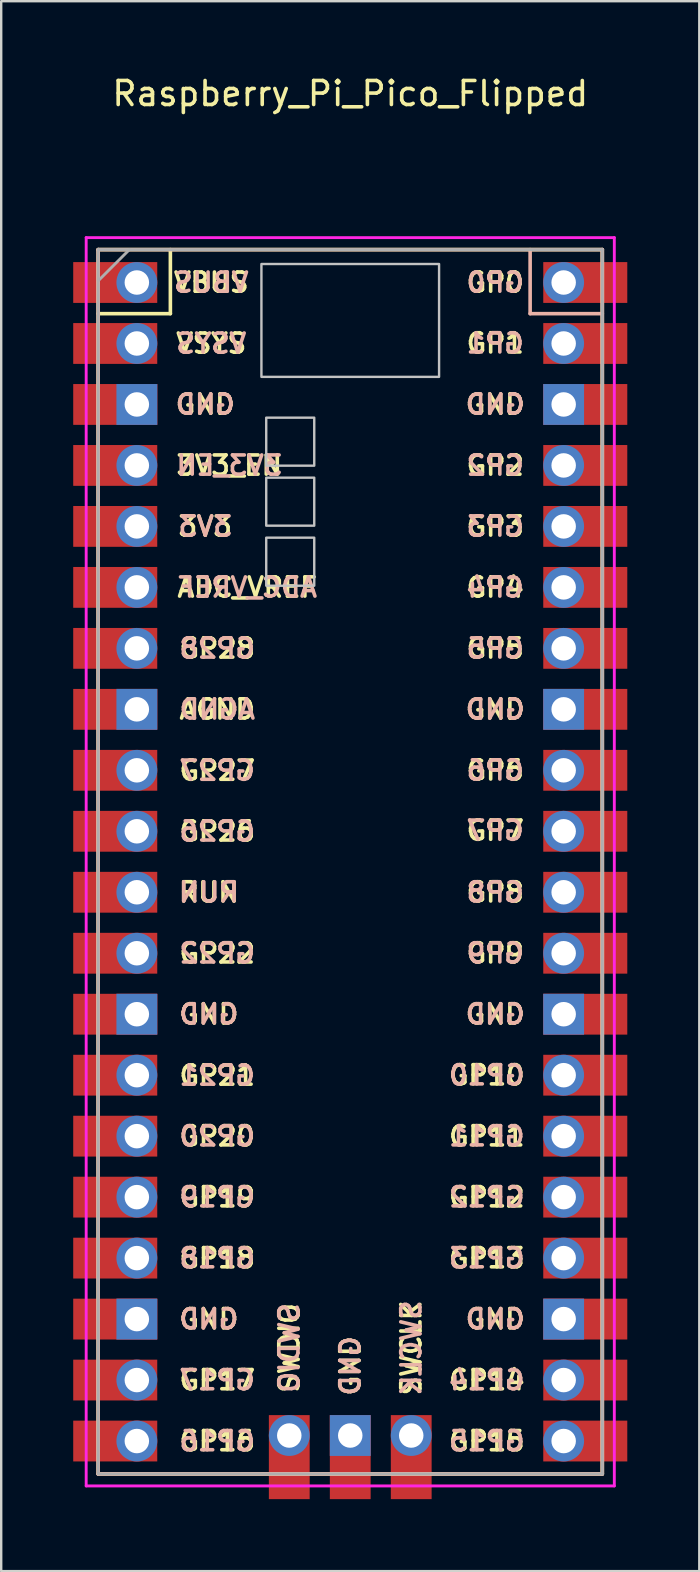
<source format=kicad_pcb>
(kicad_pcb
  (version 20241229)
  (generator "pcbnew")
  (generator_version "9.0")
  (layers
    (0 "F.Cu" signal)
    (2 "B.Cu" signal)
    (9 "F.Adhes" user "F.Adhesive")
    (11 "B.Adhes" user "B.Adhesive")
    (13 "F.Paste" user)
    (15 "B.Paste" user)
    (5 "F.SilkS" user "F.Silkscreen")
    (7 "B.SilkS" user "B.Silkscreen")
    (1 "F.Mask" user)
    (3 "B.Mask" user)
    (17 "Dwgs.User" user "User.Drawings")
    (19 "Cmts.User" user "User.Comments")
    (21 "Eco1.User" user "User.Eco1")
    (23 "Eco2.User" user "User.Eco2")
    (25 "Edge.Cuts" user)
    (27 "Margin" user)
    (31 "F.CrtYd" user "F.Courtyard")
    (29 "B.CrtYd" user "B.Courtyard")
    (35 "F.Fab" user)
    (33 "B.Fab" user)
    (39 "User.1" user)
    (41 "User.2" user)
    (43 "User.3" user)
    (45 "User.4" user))
  (footprint "Raspberry_Pi_Pico_Flipped"
    (layer "F.Cu")
    (at 11.54 32.848)
    (property "Reference" "Raspberry_Pi_Pico_Flipped" (at 0 -32 0) (layer "F.SilkS") (effects (font (size 1 1) (thickness 0.15))))
    (attr through_hole)
    (fp_line (start -10.5 -25.5) (end -10.5 25.5) (stroke (width 0.15) (type solid)) (layer "F.SilkS"))
    (fp_line (start -10.5 -25.5) (end 10.5 -25.5) (stroke (width 0.15) (type solid)) (layer "F.SilkS"))
    (fp_line (start -10.5 -22.833) (end -7.493 -22.833) (stroke (width 0.15) (type solid)) (layer "F.SilkS"))
    (fp_line (start -7.493 -22.833) (end -7.493 -25.5) (stroke (width 0.15) (type solid)) (layer "F.SilkS"))
    (fp_line (start 10.5 -25.5) (end 10.5 25.5) (stroke (width 0.15) (type solid)) (layer "F.SilkS"))
    (fp_line (start 10.5 25.5) (end -10.5 25.5) (stroke (width 0.15) (type solid)) (layer "F.SilkS"))
    (fp_line (start -10.5 -25.5) (end -10.5 25.5) (stroke (width 0.15) (type solid)) (layer "B.SilkS"))
    (fp_line (start -10.5 25.5) (end 10.5 25.5) (stroke (width 0.15) (type solid)) (layer "B.SilkS"))
    (fp_line (start 7.493 -22.833) (end 7.493 -25.5) (stroke (width 0.15) (type solid)) (layer "B.SilkS"))
    (fp_line (start 10.5 -25.5) (end -10.5 -25.5) (stroke (width 0.15) (type solid)) (layer "B.SilkS"))
    (fp_line (start 10.5 -25.5) (end 10.5 25.5) (stroke (width 0.15) (type solid)) (layer "B.SilkS"))
    (fp_line (start 10.5 -22.833) (end 7.493 -22.833) (stroke (width 0.15) (type solid)) (layer "B.SilkS"))
    (fp_poly (pts (xy -1.5 -16.5) (xy -3.5 -16.5) (xy -3.5 -18.5) (xy -1.5 -18.5)) (stroke (width 0.1) (type solid)) (fill no) (layer "Dwgs.User"))
    (fp_poly (pts (xy -1.5 -14) (xy -3.5 -14) (xy -3.5 -16) (xy -1.5 -16)) (stroke (width 0.1) (type solid)) (fill no) (layer "Dwgs.User"))
    (fp_poly (pts (xy -1.5 -11.5) (xy -3.5 -11.5) (xy -3.5 -13.5) (xy -1.5 -13.5)) (stroke (width 0.1) (type solid)) (fill no) (layer "Dwgs.User"))
    (fp_poly (pts (xy 3.7 -20.2) (xy -3.7 -20.2) (xy -3.7 -24.9) (xy 3.7 -24.9)) (stroke (width 0.1) (type solid)) (fill no) (layer "Dwgs.User"))
    (fp_line (start -11 -26) (end 11 -26) (stroke (width 0.12) (type solid)) (layer "F.CrtYd"))
    (fp_line (start -11 26) (end -11 -26) (stroke (width 0.12) (type solid)) (layer "F.CrtYd"))
    (fp_line (start 11 -26) (end 11 26) (stroke (width 0.12) (type solid)) (layer "F.CrtYd"))
    (fp_line (start 11 26) (end -11 26) (stroke (width 0.12) (type solid)) (layer "F.CrtYd"))
    (fp_line (start -10.5 -25.5) (end 10.5 -25.5) (stroke (width 0.12) (type solid)) (layer "F.Fab"))
    (fp_line (start -10.5 -24.2) (end -9.2 -25.5) (stroke (width 0.12) (type solid)) (layer "F.Fab"))
    (fp_line (start -10.5 25.5) (end -10.5 -25.5) (stroke (width 0.12) (type solid)) (layer "F.Fab"))
    (fp_line (start 10.5 -25.5) (end 10.5 25.5) (stroke (width 0.12) (type solid)) (layer "F.Fab"))
    (fp_line (start 10.5 25.5) (end -10.5 25.5) (stroke (width 0.12) (type solid)) (layer "F.Fab"))
    (fp_text user "GP0" (at 6.04 -24.13 0) (layer "F.SilkS") (effects (font (size 0.8 0.8) (thickness 0.15))))
    (fp_text user "GP3" (at 6.04 -13.97 0) (layer "F.SilkS") (effects (font (size 0.8 0.8) (thickness 0.15))))
    (fp_text user "RUN" (at -5.89 1.27 0) (layer "F.SilkS") (effects (font (size 0.8 0.8) (thickness 0.15))))
    (fp_text user "GP19" (at -5.54 13.97 0) (layer "F.SilkS") (effects (font (size 0.8 0.8) (thickness 0.15))))
    (fp_text user "SWDIO" (at -2.54 20.25 90) (layer "F.SilkS") (effects (font (size 0.8 0.8) (thickness 0.15))))
    (fp_text user "GP6" (at 6.04 -3.81 0) (layer "F.SilkS") (effects (font (size 0.8 0.8) (thickness 0.15))))
    (fp_text user "GP15" (at 5.69 24.13 0) (layer "F.SilkS") (effects (font (size 0.8 0.8) (thickness 0.15))))
    (fp_text user "AGND" (at -5.54 -6.35 0) (layer "F.SilkS") (effects (font (size 0.8 0.8) (thickness 0.15))))
    (fp_text user "GP27" (at -5.54 -3.8 0) (layer "F.SilkS") (effects (font (size 0.8 0.8) (thickness 0.15))))
    (fp_text user "GP20" (at -5.54 11.43 0) (layer "F.SilkS") (effects (font (size 0.8 0.8) (thickness 0.15))))
    (fp_text user "3V3" (at -6.04 -13.97 0) (layer "F.SilkS") (effects (font (size 0.8 0.8) (thickness 0.15))))
    (fp_text user "GP21" (at -5.54 8.9 0) (layer "F.SilkS") (effects (font (size 0.8 0.8) (thickness 0.15))))
    (fp_text user "GND" (at -5.89 19.05 0) (layer "F.SilkS") (effects (font (size 0.8 0.8) (thickness 0.15))))
    (fp_text user "GP22" (at -5.54 3.81 0) (layer "F.SilkS") (effects (font (size 0.8 0.8) (thickness 0.15))))
    (fp_text user "ADC_VREF" (at -4.29 -11.43 0) (layer "F.SilkS") (effects (font (size 0.8 0.8) (thickness 0.15))))
    (fp_text user "GND" (at 6.04 19.05 0) (layer "F.SilkS") (effects (font (size 0.8 0.8) (thickness 0.15))))
    (fp_text user "VSYS" (at -5.79 -21.59 0) (layer "F.SilkS") (effects (font (size 0.8 0.8) (thickness 0.15))))
    (fp_text user "GP14" (at 5.69 21.59 0) (layer "F.SilkS") (effects (font (size 0.8 0.8) (thickness 0.15))))
    (fp_text user "GP9" (at 6.04 3.81 0) (layer "F.SilkS") (effects (font (size 0.8 0.8) (thickness 0.15))))
    (fp_text user "SWCLK" (at 2.54 20.25 90) (layer "F.SilkS") (effects (font (size 0.8 0.8) (thickness 0.15))))
    (fp_text user "GP5" (at 6.04 -8.89 0) (layer "F.SilkS") (effects (font (size 0.8 0.8) (thickness 0.15))))
    (fp_text user "GP7" (at 6.04 -1.3 0) (layer "F.SilkS") (effects (font (size 0.8 0.8) (thickness 0.15))))
    (fp_text user "GND" (at -6.04 -19.05 0) (layer "F.SilkS") (effects (font (size 0.8 0.8) (thickness 0.15))))
    (fp_text user "GP26" (at -5.54 -1.27 0) (layer "F.SilkS") (effects (font (size 0.8 0.8) (thickness 0.15))))
    (fp_text user "GND" (at 6.04 6.35 0) (layer "F.SilkS") (effects (font (size 0.8 0.8) (thickness 0.15))))
    (fp_text user "VBUS" (at -5.79 -24.13 0) (layer "F.SilkS") (effects (font (size 0.8 0.8) (thickness 0.15))))
    (fp_text user "GP13" (at 5.69 16.51 0) (layer "F.SilkS") (effects (font (size 0.8 0.8) (thickness 0.15))))
    (fp_text user "3V3_EN" (at -5.04 -16.51 0) (layer "F.SilkS") (effects (font (size 0.8 0.8) (thickness 0.15))))
    (fp_text user "GP17" (at -5.54 21.59 0) (layer "F.SilkS") (effects (font (size 0.8 0.8) (thickness 0.15))))
    (fp_text user "GND" (at 6.04 -6.35 0) (layer "F.SilkS") (effects (font (size 0.8 0.8) (thickness 0.15))))
    (fp_text user "GP11" (at 5.69 11.43 0) (layer "F.SilkS") (effects (font (size 0.8 0.8) (thickness 0.15))))
    (fp_text user "GP8" (at 6.04 1.27 0) (layer "F.SilkS") (effects (font (size 0.8 0.8) (thickness 0.15))))
    (fp_text user "GP1" (at 6.04 -21.6 0) (layer "F.SilkS") (effects (font (size 0.8 0.8) (thickness 0.15))))
    (fp_text user "GND" (at -5.89 6.35 0) (layer "F.SilkS") (effects (font (size 0.8 0.8) (thickness 0.15))))
    (fp_text user "GP18" (at -5.54 16.51 0) (layer "F.SilkS") (effects (font (size 0.8 0.8) (thickness 0.15))))
    (fp_text user "GP28" (at -5.54 -8.89 0) (layer "F.SilkS") (effects (font (size 0.8 0.8) (thickness 0.15))))
    (fp_text user "GP2" (at 6.04 -16.51 0) (layer "F.SilkS") (effects (font (size 0.8 0.8) (thickness 0.15))))
    (fp_text user "GP12" (at 5.69 13.97 0) (layer "F.SilkS") (effects (font (size 0.8 0.8) (thickness 0.15))))
    (fp_text user "GP10" (at 5.69 8.89 0) (layer "F.SilkS") (effects (font (size 0.8 0.8) (thickness 0.15))))
    (fp_text user "GP16" (at -5.54 24.13 0) (layer "F.SilkS") (effects (font (size 0.8 0.8) (thickness 0.15))))
    (fp_text user "GND" (at 0 21 90) (layer "F.SilkS") (effects (font (size 0.8 0.8) (thickness 0.15))))
    (fp_text user "GND" (at 6.04 -19.05 0) (layer "F.SilkS") (effects (font (size 0.8 0.8) (thickness 0.15))))
    (fp_text user "GP4" (at 6.04 -11.43 0) (layer "F.SilkS") (effects (font (size 0.8 0.8) (thickness 0.15))))
    (fp_text user "GP11" (at 5.69 11.43 0) (layer "B.SilkS") (effects (font (size 0.8 0.8) (thickness 0.15)) (justify mirror)))
    (fp_text user "GND" (at 6.04 -19.05 0) (layer "B.SilkS") (effects (font (size 0.8 0.8) (thickness 0.15)) (justify mirror)))
    (fp_text user "GP22" (at -5.54 3.81 0) (layer "B.SilkS") (effects (font (size 0.8 0.8) (thickness 0.15)) (justify mirror)))
    (fp_text user "GP28" (at -5.54 -8.89 0) (layer "B.SilkS") (effects (font (size 0.8 0.8) (thickness 0.15)) (justify mirror)))
    (fp_text user "GP14" (at 5.69 21.59 0) (layer "B.SilkS") (effects (font (size 0.8 0.8) (thickness 0.15)) (justify mirror)))
    (fp_text user "VBUS" (at -5.79 -24.13 0) (layer "B.SilkS") (effects (font (size 0.8 0.8) (thickness 0.15)) (justify mirror)))
    (fp_text user "GP18" (at -5.54 16.51 0) (layer "B.SilkS") (effects (font (size 0.8 0.8) (thickness 0.15)) (justify mirror)))
    (fp_text user "SWDIO" (at -2.54 20.25 270) (layer "B.SilkS") (effects (font (size 0.8 0.8) (thickness 0.15)) (justify mirror)))
    (fp_text user "GP13" (at 5.69 16.51 0) (layer "B.SilkS") (effects (font (size 0.8 0.8) (thickness 0.15)) (justify mirror)))
    (fp_text user "GP6" (at 6.04 -3.81 0) (layer "B.SilkS") (effects (font (size 0.8 0.8) (thickness 0.15)) (justify mirror)))
    (fp_text user "3V3_EN" (at -5.04 -16.51 0) (layer "B.SilkS") (effects (font (size 0.8 0.8) (thickness 0.15)) (justify mirror)))
    (fp_text user "GP26" (at -5.54 -1.27 0) (layer "B.SilkS") (effects (font (size 0.8 0.8) (thickness 0.15)) (justify mirror)))
    (fp_text user "GND" (at 6.04 6.35 0) (layer "B.SilkS") (effects (font (size 0.8 0.8) (thickness 0.15)) (justify mirror)))
    (fp_text user "GP4" (at 6.04 -11.43 0) (layer "B.SilkS") (effects (font (size 0.8 0.8) (thickness 0.15)) (justify mirror)))
    (fp_text user "GP3" (at 6.04 -13.97 0) (layer "B.SilkS") (effects (font (size 0.8 0.8) (thickness 0.15)) (justify mirror)))
    (fp_text user "GP17" (at -5.54 21.59 0) (layer "B.SilkS") (effects (font (size 0.8 0.8) (thickness 0.15)) (justify mirror)))
    (fp_text user "GP2" (at 6.04 -16.51 0) (layer "B.SilkS") (effects (font (size 0.8 0.8) (thickness 0.15)) (justify mirror)))
    (fp_text user "GND" (at -5.89 6.35 0) (layer "B.SilkS") (effects (font (size 0.8 0.8) (thickness 0.15)) (justify mirror)))
    (fp_text user "GND" (at -5.89 19.05 0) (layer "B.SilkS") (effects (font (size 0.8 0.8) (thickness 0.15)) (justify mirror)))
    (fp_text user "SWCLK" (at 2.54 20.25 270) (layer "B.SilkS") (effects (font (size 0.8 0.8) (thickness 0.15)) (justify mirror)))
    (fp_text user "GP20" (at -5.54 11.43 0) (layer "B.SilkS") (effects (font (size 0.8 0.8) (thickness 0.15)) (justify mirror)))
    (fp_text user "GP0" (at 6.04 -24.13 0) (layer "B.SilkS") (effects (font (size 0.8 0.8) (thickness 0.15)) (justify mirror)))
    (fp_text user "GP19" (at -5.54 13.97 0) (layer "B.SilkS") (effects (font (size 0.8 0.8) (thickness 0.15)) (justify mirror)))
    (fp_text user "VSYS" (at -5.79 -21.59 0) (layer "B.SilkS") (effects (font (size 0.8 0.8) (thickness 0.15)) (justify mirror)))
    (fp_text user "GP8" (at 6.04 1.27 0) (layer "B.SilkS") (effects (font (size 0.8 0.8) (thickness 0.15)) (justify mirror)))
    (fp_text user "GP27" (at -5.54 -3.8 0) (layer "B.SilkS") (effects (font (size 0.8 0.8) (thickness 0.15)) (justify mirror)))
    (fp_text user "GP9" (at 6.04 3.81 0) (layer "B.SilkS") (effects (font (size 0.8 0.8) (thickness 0.15)) (justify mirror)))
    (fp_text user "GP1" (at 6.04 -21.6 0) (layer "B.SilkS") (effects (font (size 0.8 0.8) (thickness 0.15)) (justify mirror)))
    (fp_text user "GP5" (at 6.04 -8.89 0) (layer "B.SilkS") (effects (font (size 0.8 0.8) (thickness 0.15)) (justify mirror)))
    (fp_text user "GP16" (at -5.54 24.13 0) (layer "B.SilkS") (effects (font (size 0.8 0.8) (thickness 0.15)) (justify mirror)))
    (fp_text user "3V3" (at -6.04 -13.97 0) (layer "B.SilkS") (effects (font (size 0.8 0.8) (thickness 0.15)) (justify mirror)))
    (fp_text user "RUN" (at -5.89 1.27 0) (layer "B.SilkS") (effects (font (size 0.8 0.8) (thickness 0.15)) (justify mirror)))
    (fp_text user "GP15" (at 5.69 24.13 0) (layer "B.SilkS") (effects (font (size 0.8 0.8) (thickness 0.15)) (justify mirror)))
    (fp_text user "GP21" (at -5.54 8.9 0) (layer "B.SilkS") (effects (font (size 0.8 0.8) (thickness 0.15)) (justify mirror)))
    (fp_text user "GP10" (at 5.69 8.89 0) (layer "B.SilkS") (effects (font (size 0.8 0.8) (thickness 0.15)) (justify mirror)))
    (fp_text user "GND" (at 0 21 270) (layer "B.SilkS") (effects (font (size 0.8 0.8) (thickness 0.15)) (justify mirror)))
    (fp_text user "GND" (at 6.04 19.05 0) (layer "B.SilkS") (effects (font (size 0.8 0.8) (thickness 0.15)) (justify mirror)))
    (fp_text user "GP7" (at 6.04 -1.3 0) (layer "B.SilkS") (effects (font (size 0.8 0.8) (thickness 0.15)) (justify mirror)))
    (fp_text user "AGND" (at -5.54 -6.35 0) (layer "B.SilkS") (effects (font (size 0.8 0.8) (thickness 0.15)) (justify mirror)))
    (fp_text user "ADC_VREF" (at -4.29 -11.43 0) (layer "B.SilkS") (effects (font (size 0.8 0.8) (thickness 0.15)) (justify mirror)))
    (fp_text user "GP12" (at 5.69 13.97 0) (layer "B.SilkS") (effects (font (size 0.8 0.8) (thickness 0.15)) (justify mirror)))
    (fp_text user "GND" (at -6.04 -19.05 0) (layer "B.SilkS") (effects (font (size 0.8 0.8) (thickness 0.15)) (justify mirror)))
    (fp_text user "GND" (at 6.04 -6.35 0) (layer "B.SilkS") (effects (font (size 0.8 0.8) (thickness 0.15)) (justify mirror)))
    (pad "1" smd rect (at -8.89 -24.13) (size 3.5 1.7) (drill (offset -0.9 0)) (layers "F.Cu" "F.Mask"))
    (pad "1" thru_hole oval (at 8.89 -24.13) (size 1.7 1.7) (drill 1.02) (layers "*.Cu" "*.Mask"))
    (pad "2" smd rect (at -8.89 -21.59) (size 3.5 1.7) (drill (offset -0.9 0)) (layers "F.Cu" "F.Mask"))
    (pad "2" thru_hole oval (at 8.89 -21.59) (size 1.7 1.7) (drill 1.02) (layers "*.Cu" "*.Mask"))
    (pad "3" smd rect (at -8.89 -19.05) (size 3.5 1.7) (drill (offset -0.9 0)) (layers "F.Cu" "F.Mask"))
    (pad "3" thru_hole rect (at 8.89 -19.05) (size 1.7 1.7) (drill 1.02) (layers "*.Cu" "*.Mask"))
    (pad "4" smd rect (at -8.89 -16.51) (size 3.5 1.7) (drill (offset -0.9 0)) (layers "F.Cu" "F.Mask"))
    (pad "4" thru_hole oval (at 8.89 -16.51) (size 1.7 1.7) (drill 1.02) (layers "*.Cu" "*.Mask"))
    (pad "5" smd rect (at -8.89 -13.97) (size 3.5 1.7) (drill (offset -0.9 0)) (layers "F.Cu" "F.Mask"))
    (pad "5" thru_hole oval (at 8.89 -13.97) (size 1.7 1.7) (drill 1.02) (layers "*.Cu" "*.Mask"))
    (pad "6" smd rect (at -8.89 -11.43) (size 3.5 1.7) (drill (offset -0.9 0)) (layers "F.Cu" "F.Mask"))
    (pad "6" thru_hole oval (at 8.89 -11.43) (size 1.7 1.7) (drill 1.02) (layers "*.Cu" "*.Mask"))
    (pad "7" smd rect (at -8.89 -8.89) (size 3.5 1.7) (drill (offset -0.9 0)) (layers "F.Cu" "F.Mask"))
    (pad "7" thru_hole oval (at 8.89 -8.89) (size 1.7 1.7) (drill 1.02) (layers "*.Cu" "*.Mask"))
    (pad "8" smd rect (at -8.89 -6.35) (size 3.5 1.7) (drill (offset -0.9 0)) (layers "F.Cu" "F.Mask"))
    (pad "8" thru_hole rect (at 8.89 -6.35) (size 1.7 1.7) (drill 1.02) (layers "*.Cu" "*.Mask"))
    (pad "9" smd rect (at -8.89 -3.81) (size 3.5 1.7) (drill (offset -0.9 0)) (layers "F.Cu" "F.Mask"))
    (pad "9" thru_hole oval (at 8.89 -3.81) (size 1.7 1.7) (drill 1.02) (layers "*.Cu" "*.Mask"))
    (pad "10" smd rect (at -8.89 -1.27) (size 3.5 1.7) (drill (offset -0.9 0)) (layers "F.Cu" "F.Mask"))
    (pad "10" thru_hole oval (at 8.89 -1.27) (size 1.7 1.7) (drill 1.02) (layers "*.Cu" "*.Mask"))
    (pad "11" smd rect (at -8.89 1.27) (size 3.5 1.7) (drill (offset -0.9 0)) (layers "F.Cu" "F.Mask"))
    (pad "11" thru_hole oval (at 8.89 1.27) (size 1.7 1.7) (drill 1.02) (layers "*.Cu" "*.Mask"))
    (pad "12" smd rect (at -8.89 3.81) (size 3.5 1.7) (drill (offset -0.9 0)) (layers "F.Cu" "F.Mask"))
    (pad "12" thru_hole oval (at 8.89 3.81) (size 1.7 1.7) (drill 1.02) (layers "*.Cu" "*.Mask"))
    (pad "13" smd rect (at -8.89 6.35) (size 3.5 1.7) (drill (offset -0.9 0)) (layers "F.Cu" "F.Mask"))
    (pad "13" thru_hole rect (at 8.89 6.35) (size 1.7 1.7) (drill 1.02) (layers "*.Cu" "*.Mask"))
    (pad "14" smd rect (at -8.89 8.89) (size 3.5 1.7) (drill (offset -0.9 0)) (layers "F.Cu" "F.Mask"))
    (pad "14" thru_hole oval (at 8.89 8.89) (size 1.7 1.7) (drill 1.02) (layers "*.Cu" "*.Mask"))
    (pad "15" smd rect (at -8.89 11.43) (size 3.5 1.7) (drill (offset -0.9 0)) (layers "F.Cu" "F.Mask"))
    (pad "15" thru_hole oval (at 8.89 11.43) (size 1.7 1.7) (drill 1.02) (layers "*.Cu" "*.Mask"))
    (pad "16" smd rect (at -8.89 13.97) (size 3.5 1.7) (drill (offset -0.9 0)) (layers "F.Cu" "F.Mask"))
    (pad "16" thru_hole oval (at 8.89 13.97) (size 1.7 1.7) (drill 1.02) (layers "*.Cu" "*.Mask"))
    (pad "17" smd rect (at -8.89 16.51) (size 3.5 1.7) (drill (offset -0.9 0)) (layers "F.Cu" "F.Mask"))
    (pad "17" thru_hole oval (at 8.89 16.51) (size 1.7 1.7) (drill 1.02) (layers "*.Cu" "*.Mask"))
    (pad "18" smd rect (at -8.89 19.05) (size 3.5 1.7) (drill (offset -0.9 0)) (layers "F.Cu" "F.Mask"))
    (pad "18" thru_hole rect (at 8.89 19.05) (size 1.7 1.7) (drill 1.02) (layers "*.Cu" "*.Mask"))
    (pad "19" smd rect (at -8.89 21.59) (size 3.5 1.7) (drill (offset -0.9 0)) (layers "F.Cu" "F.Mask"))
    (pad "19" thru_hole oval (at 8.89 21.59) (size 1.7 1.7) (drill 1.02) (layers "*.Cu" "*.Mask"))
    (pad "20" smd rect (at -8.89 24.13) (size 3.5 1.7) (drill (offset -0.9 0)) (layers "F.Cu" "F.Mask"))
    (pad "20" thru_hole oval (at 8.89 24.13) (size 1.7 1.7) (drill 1.02) (layers "*.Cu" "*.Mask"))
    (pad "21" thru_hole oval (at -8.89 24.13) (size 1.7 1.7) (drill 1.02) (layers "*.Cu" "*.Mask"))
    (pad "21" smd rect (at 8.89 24.13) (size 3.5 1.7) (drill (offset 0.9 0)) (layers "F.Cu" "F.Mask"))
    (pad "22" thru_hole oval (at -8.89 21.59) (size 1.7 1.7) (drill 1.02) (layers "*.Cu" "*.Mask"))
    (pad "22" smd rect (at 8.89 21.59) (size 3.5 1.7) (drill (offset 0.9 0)) (layers "F.Cu" "F.Mask"))
    (pad "23" thru_hole rect (at -8.89 19.05) (size 1.7 1.7) (drill 1.02) (layers "*.Cu" "*.Mask"))
    (pad "23" smd rect (at 8.89 19.05) (size 3.5 1.7) (drill (offset 0.9 0)) (layers "F.Cu" "F.Mask"))
    (pad "24" thru_hole oval (at -8.89 16.51) (size 1.7 1.7) (drill 1.02) (layers "*.Cu" "*.Mask"))
    (pad "24" smd rect (at 8.89 16.51) (size 3.5 1.7) (drill (offset 0.9 0)) (layers "F.Cu" "F.Mask"))
    (pad "25" thru_hole oval (at -8.89 13.97) (size 1.7 1.7) (drill 1.02) (layers "*.Cu" "*.Mask"))
    (pad "25" smd rect (at 8.89 13.97) (size 3.5 1.7) (drill (offset 0.9 0)) (layers "F.Cu" "F.Mask"))
    (pad "26" thru_hole oval (at -8.89 11.43) (size 1.7 1.7) (drill 1.02) (layers "*.Cu" "*.Mask"))
    (pad "26" smd rect (at 8.89 11.43) (size 3.5 1.7) (drill (offset 0.9 0)) (layers "F.Cu" "F.Mask"))
    (pad "27" thru_hole oval (at -8.89 8.89) (size 1.7 1.7) (drill 1.02) (layers "*.Cu" "*.Mask"))
    (pad "27" smd rect (at 8.89 8.89) (size 3.5 1.7) (drill (offset 0.9 0)) (layers "F.Cu" "F.Mask"))
    (pad "28" thru_hole rect (at -8.89 6.35) (size 1.7 1.7) (drill 1.02) (layers "*.Cu" "*.Mask"))
    (pad "28" smd rect (at 8.89 6.35) (size 3.5 1.7) (drill (offset 0.9 0)) (layers "F.Cu" "F.Mask"))
    (pad "29" thru_hole oval (at -8.89 3.81) (size 1.7 1.7) (drill 1.02) (layers "*.Cu" "*.Mask"))
    (pad "29" smd rect (at 8.89 3.81) (size 3.5 1.7) (drill (offset 0.9 0)) (layers "F.Cu" "F.Mask"))
    (pad "30" thru_hole oval (at -8.89 1.27) (size 1.7 1.7) (drill 1.02) (layers "*.Cu" "*.Mask"))
    (pad "30" smd rect (at 8.89 1.27) (size 3.5 1.7) (drill (offset 0.9 0)) (layers "F.Cu" "F.Mask"))
    (pad "31" thru_hole oval (at -8.89 -1.27) (size 1.7 1.7) (drill 1.02) (layers "*.Cu" "*.Mask"))
    (pad "31" smd rect (at 8.89 -1.27) (size 3.5 1.7) (drill (offset 0.9 0)) (layers "F.Cu" "F.Mask"))
    (pad "32" thru_hole oval (at -8.89 -3.81) (size 1.7 1.7) (drill 1.02) (layers "*.Cu" "*.Mask"))
    (pad "32" smd rect (at 8.89 -3.81) (size 3.5 1.7) (drill (offset 0.9 0)) (layers "F.Cu" "F.Mask"))
    (pad "33" thru_hole rect (at -8.89 -6.35) (size 1.7 1.7) (drill 1.02) (layers "*.Cu" "*.Mask"))
    (pad "33" smd rect (at 8.89 -6.35) (size 3.5 1.7) (drill (offset 0.9 0)) (layers "F.Cu" "F.Mask"))
    (pad "34" thru_hole oval (at -8.89 -8.89) (size 1.7 1.7) (drill 1.02) (layers "*.Cu" "*.Mask"))
    (pad "34" smd rect (at 8.89 -8.89) (size 3.5 1.7) (drill (offset 0.9 0)) (layers "F.Cu" "F.Mask"))
    (pad "35" thru_hole oval (at -8.89 -11.43) (size 1.7 1.7) (drill 1.02) (layers "*.Cu" "*.Mask"))
    (pad "35" smd rect (at 8.89 -11.43) (size 3.5 1.7) (drill (offset 0.9 0)) (layers "F.Cu" "F.Mask"))
    (pad "36" thru_hole oval (at -8.89 -13.97) (size 1.7 1.7) (drill 1.02) (layers "*.Cu" "*.Mask"))
    (pad "36" smd rect (at 8.89 -13.97) (size 3.5 1.7) (drill (offset 0.9 0)) (layers "F.Cu" "F.Mask"))
    (pad "37" thru_hole oval (at -8.89 -16.51) (size 1.7 1.7) (drill 1.02) (layers "*.Cu" "*.Mask"))
    (pad "37" smd rect (at 8.89 -16.51) (size 3.5 1.7) (drill (offset 0.9 0)) (layers "F.Cu" "F.Mask"))
    (pad "38" thru_hole rect (at -8.89 -19.05) (size 1.7 1.7) (drill 1.02) (layers "*.Cu" "*.Mask"))
    (pad "38" smd rect (at 8.89 -19.05) (size 3.5 1.7) (drill (offset 0.9 0)) (layers "F.Cu" "F.Mask"))
    (pad "39" thru_hole oval (at -8.89 -21.59) (size 1.7 1.7) (drill 1.02) (layers "*.Cu" "*.Mask"))
    (pad "39" smd rect (at 8.89 -21.59) (size 3.5 1.7) (drill (offset 0.9 0)) (layers "F.Cu" "F.Mask"))
    (pad "40" thru_hole oval (at -8.89 -24.13) (size 1.7 1.7) (drill 1.02) (layers "*.Cu" "*.Mask"))
    (pad "40" smd rect (at 8.89 -24.13) (size 3.5 1.7) (drill (offset 0.9 0)) (layers "F.Cu" "F.Mask"))
    (pad "41" smd rect (at -2.54 23.9 90) (size 3.5 1.7) (drill (offset -0.9 0)) (layers "F.Cu" "F.Mask"))
    (pad "41" thru_hole oval (at 2.54 23.9) (size 1.7 1.7) (drill 1.02) (layers "*.Cu" "*.Mask"))
    (pad "42" thru_hole rect (at 0 23.9) (size 1.7 1.7) (drill 1.02) (layers "*.Cu" "*.Mask"))
    (pad "42" smd rect (at 0 23.9 90) (size 3.5 1.7) (drill (offset -0.9 0)) (layers "F.Cu" "F.Mask"))
    (pad "43" thru_hole oval (at -2.54 23.9) (size 1.7 1.7) (drill 1.02) (layers "*.Cu" "*.Mask"))
    (pad "43" smd rect (at 2.54 23.9 90) (size 3.5 1.7) (drill (offset -0.9 0)) (layers "F.Cu" "F.Mask")))
  (gr_rect
    (start -3 -3)
    (end 26.08 62.398)
    (stroke (width 0.1) (type default))
    (fill no)
    (layer "Edge.Cuts")))
</source>
